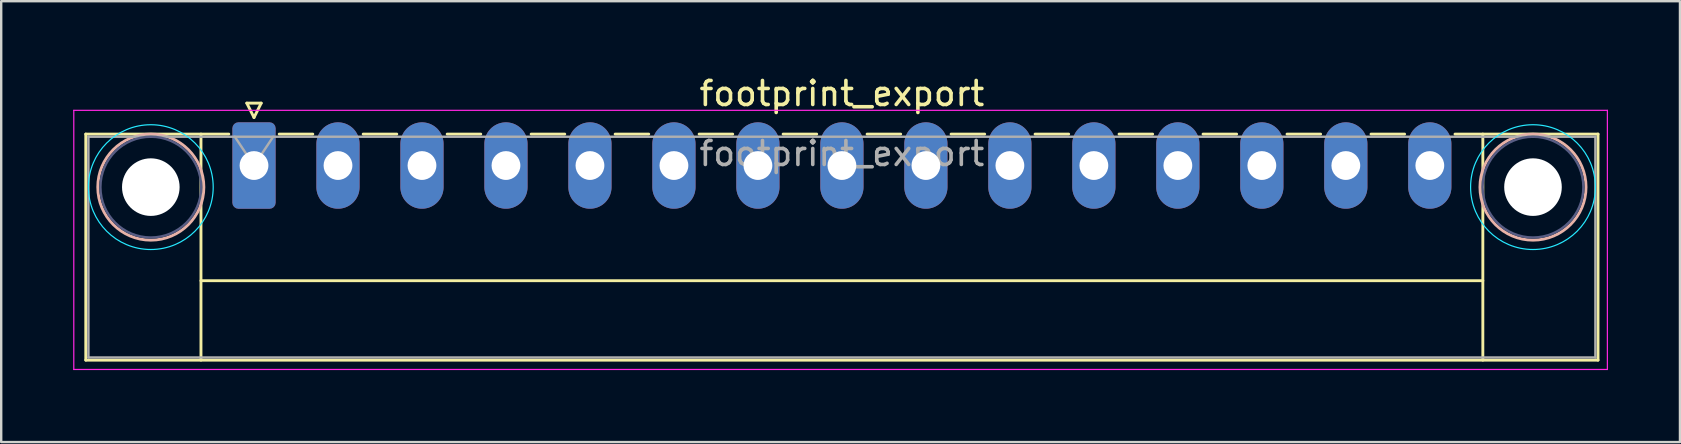
<source format=kicad_pcb>
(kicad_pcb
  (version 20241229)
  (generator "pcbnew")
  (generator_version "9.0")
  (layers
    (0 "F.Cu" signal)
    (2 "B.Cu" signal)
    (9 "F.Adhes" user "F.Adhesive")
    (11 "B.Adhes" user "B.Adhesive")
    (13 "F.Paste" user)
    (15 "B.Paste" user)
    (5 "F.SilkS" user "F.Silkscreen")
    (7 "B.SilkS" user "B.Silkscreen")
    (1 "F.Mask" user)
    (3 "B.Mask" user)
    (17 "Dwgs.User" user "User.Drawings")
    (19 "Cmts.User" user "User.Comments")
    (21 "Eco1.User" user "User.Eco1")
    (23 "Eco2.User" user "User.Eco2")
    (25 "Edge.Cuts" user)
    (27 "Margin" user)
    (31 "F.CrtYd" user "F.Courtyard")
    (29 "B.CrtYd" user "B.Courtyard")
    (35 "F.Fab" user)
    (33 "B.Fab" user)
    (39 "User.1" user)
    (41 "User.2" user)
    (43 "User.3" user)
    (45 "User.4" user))
  (footprint "footprint_export"
    (layer "F.Cu")
    (at 7.535 3.848)
    (property "Reference" "footprint_export" (at 24.5 -3 0) (layer "F.SilkS") (effects (font (size 1 1) (thickness 0.15))))
    (attr through_hole)
    (fp_line (start -7.01 -1.31) (end -7.01 8.11) (stroke (width 0.12) (type solid)) (layer "F.SilkS"))
    (fp_line (start -7.01 -1.31) (end -1.05 -1.31) (stroke (width 0.12) (type solid)) (layer "F.SilkS"))
    (fp_line (start -7.01 8.11) (end 56.01 8.11) (stroke (width 0.12) (type solid)) (layer "F.SilkS"))
    (fp_line (start -2.21 -1.31) (end -2.21 8.11) (stroke (width 0.12) (type solid)) (layer "F.SilkS"))
    (fp_line (start -2.21 4.8) (end 51.21 4.8) (stroke (width 0.12) (type solid)) (layer "F.SilkS"))
    (fp_line (start -0.3 -2.6) (end 0.3 -2.6) (stroke (width 0.12) (type solid)) (layer "F.SilkS"))
    (fp_line (start 0 -2) (end -0.3 -2.6) (stroke (width 0.12) (type solid)) (layer "F.SilkS"))
    (fp_line (start 0.3 -2.6) (end 0 -2) (stroke (width 0.12) (type solid)) (layer "F.SilkS"))
    (fp_line (start 1.05 -1.31) (end 2.45 -1.31) (stroke (width 0.12) (type solid)) (layer "F.SilkS"))
    (fp_line (start 4.55 -1.31) (end 5.95 -1.31) (stroke (width 0.12) (type solid)) (layer "F.SilkS"))
    (fp_line (start 8.05 -1.31) (end 9.45 -1.31) (stroke (width 0.12) (type solid)) (layer "F.SilkS"))
    (fp_line (start 11.55 -1.31) (end 12.95 -1.31) (stroke (width 0.12) (type solid)) (layer "F.SilkS"))
    (fp_line (start 15.05 -1.31) (end 16.45 -1.31) (stroke (width 0.12) (type solid)) (layer "F.SilkS"))
    (fp_line (start 18.55 -1.31) (end 19.95 -1.31) (stroke (width 0.12) (type solid)) (layer "F.SilkS"))
    (fp_line (start 22.05 -1.31) (end 23.45 -1.31) (stroke (width 0.12) (type solid)) (layer "F.SilkS"))
    (fp_line (start 25.55 -1.31) (end 26.95 -1.31) (stroke (width 0.12) (type solid)) (layer "F.SilkS"))
    (fp_line (start 29.05 -1.31) (end 30.45 -1.31) (stroke (width 0.12) (type solid)) (layer "F.SilkS"))
    (fp_line (start 32.55 -1.31) (end 33.95 -1.31) (stroke (width 0.12) (type solid)) (layer "F.SilkS"))
    (fp_line (start 36.05 -1.31) (end 37.45 -1.31) (stroke (width 0.12) (type solid)) (layer "F.SilkS"))
    (fp_line (start 39.55 -1.31) (end 40.95 -1.31) (stroke (width 0.12) (type solid)) (layer "F.SilkS"))
    (fp_line (start 43.05 -1.31) (end 44.45 -1.31) (stroke (width 0.12) (type solid)) (layer "F.SilkS"))
    (fp_line (start 46.55 -1.31) (end 47.95 -1.31) (stroke (width 0.12) (type solid)) (layer "F.SilkS"))
    (fp_line (start 51.21 -1.31) (end 51.21 8.11) (stroke (width 0.12) (type solid)) (layer "F.SilkS"))
    (fp_line (start 56.01 -1.31) (end 50.05 -1.31) (stroke (width 0.12) (type solid)) (layer "F.SilkS"))
    (fp_line (start 56.01 8.11) (end 56.01 -1.31) (stroke (width 0.12) (type solid)) (layer "F.SilkS"))
    (fp_circle (center -4.3 0.9) (end -2.09 0.9) (stroke (width 0.12) (type solid)) (fill no) (layer "B.SilkS"))
    (fp_circle (center 53.3 0.9) (end 55.51 0.9) (stroke (width 0.12) (type solid)) (fill no) (layer "B.SilkS"))
    (fp_circle (center -4.3 0.9) (end -1.7 0.9) (stroke (width 0.05) (type solid)) (fill no) (layer "B.CrtYd"))
    (fp_circle (center 53.3 0.9) (end 55.9 0.9) (stroke (width 0.05) (type solid)) (fill no) (layer "B.CrtYd"))
    (fp_line (start -7.51 -2.3) (end -7.51 8.5) (stroke (width 0.05) (type solid)) (layer "F.CrtYd"))
    (fp_line (start -7.51 8.5) (end 56.4 8.5) (stroke (width 0.05) (type solid)) (layer "F.CrtYd"))
    (fp_line (start 56.4 -2.3) (end -7.51 -2.3) (stroke (width 0.05) (type solid)) (layer "F.CrtYd"))
    (fp_line (start 56.4 8.5) (end 56.4 -2.3) (stroke (width 0.05) (type solid)) (layer "F.CrtYd"))
    (fp_circle (center -4.3 0.9) (end -2.2 0.9) (stroke (width 0.1) (type solid)) (fill no) (layer "B.Fab"))
    (fp_circle (center 53.3 0.9) (end 55.4 0.9) (stroke (width 0.1) (type solid)) (fill no) (layer "B.Fab"))
    (fp_line (start -6.9 -1.2) (end -6.9 8) (stroke (width 0.1) (type solid)) (layer "F.Fab"))
    (fp_line (start -6.9 8) (end 55.9 8) (stroke (width 0.1) (type solid)) (layer "F.Fab"))
    (fp_line (start 0 0) (end -0.8 -1.2) (stroke (width 0.1) (type solid)) (layer "F.Fab"))
    (fp_line (start 0.8 -1.2) (end 0 0) (stroke (width 0.1) (type solid)) (layer "F.Fab"))
    (fp_line (start 55.9 -1.2) (end -6.9 -1.2) (stroke (width 0.1) (type solid)) (layer "F.Fab"))
    (fp_line (start 55.9 8) (end 55.9 -1.2) (stroke (width 0.1) (type solid)) (layer "F.Fab"))
    (fp_text user "${REFERENCE}" (at 24.5 -0.5 0) (layer "F.Fab") (effects (font (size 1 1) (thickness 0.15))))
    (pad "" np_thru_hole circle (at -4.3 0.9) (size 2.4 2.4) (drill 2.4) (layers "*.Cu" "*.Mask"))
    (pad "" np_thru_hole circle (at 53.3 0.9) (size 2.4 2.4) (drill 2.4) (layers "*.Cu" "*.Mask"))
    (pad "1" thru_hole roundrect (at 0 0) (size 1.8 3.6) (drill 1.2) (layers "*.Cu" "*.Mask") (roundrect_rratio 0.139))
    (pad "2" thru_hole oval (at 3.5 0) (size 1.8 3.6) (drill 1.2) (layers "*.Cu" "*.Mask"))
    (pad "3" thru_hole oval (at 7 0) (size 1.8 3.6) (drill 1.2) (layers "*.Cu" "*.Mask"))
    (pad "4" thru_hole oval (at 10.5 0) (size 1.8 3.6) (drill 1.2) (layers "*.Cu" "*.Mask"))
    (pad "5" thru_hole oval (at 14 0) (size 1.8 3.6) (drill 1.2) (layers "*.Cu" "*.Mask"))
    (pad "6" thru_hole oval (at 17.5 0) (size 1.8 3.6) (drill 1.2) (layers "*.Cu" "*.Mask"))
    (pad "7" thru_hole oval (at 21 0) (size 1.8 3.6) (drill 1.2) (layers "*.Cu" "*.Mask"))
    (pad "8" thru_hole oval (at 24.5 0) (size 1.8 3.6) (drill 1.2) (layers "*.Cu" "*.Mask"))
    (pad "9" thru_hole oval (at 28 0) (size 1.8 3.6) (drill 1.2) (layers "*.Cu" "*.Mask"))
    (pad "10" thru_hole oval (at 31.5 0) (size 1.8 3.6) (drill 1.2) (layers "*.Cu" "*.Mask"))
    (pad "11" thru_hole oval (at 35 0) (size 1.8 3.6) (drill 1.2) (layers "*.Cu" "*.Mask"))
    (pad "12" thru_hole oval (at 38.5 0) (size 1.8 3.6) (drill 1.2) (layers "*.Cu" "*.Mask"))
    (pad "13" thru_hole oval (at 42 0) (size 1.8 3.6) (drill 1.2) (layers "*.Cu" "*.Mask"))
    (pad "14" thru_hole oval (at 45.5 0) (size 1.8 3.6) (drill 1.2) (layers "*.Cu" "*.Mask"))
    (pad "15" thru_hole oval (at 49 0) (size 1.8 3.6) (drill 1.2) (layers "*.Cu" "*.Mask")))
  (gr_rect
    (start -3 -3)
    (end 66.96 15.373)
    (stroke (width 0.1) (type default))
    (fill no)
    (layer "Edge.Cuts")))
</source>
